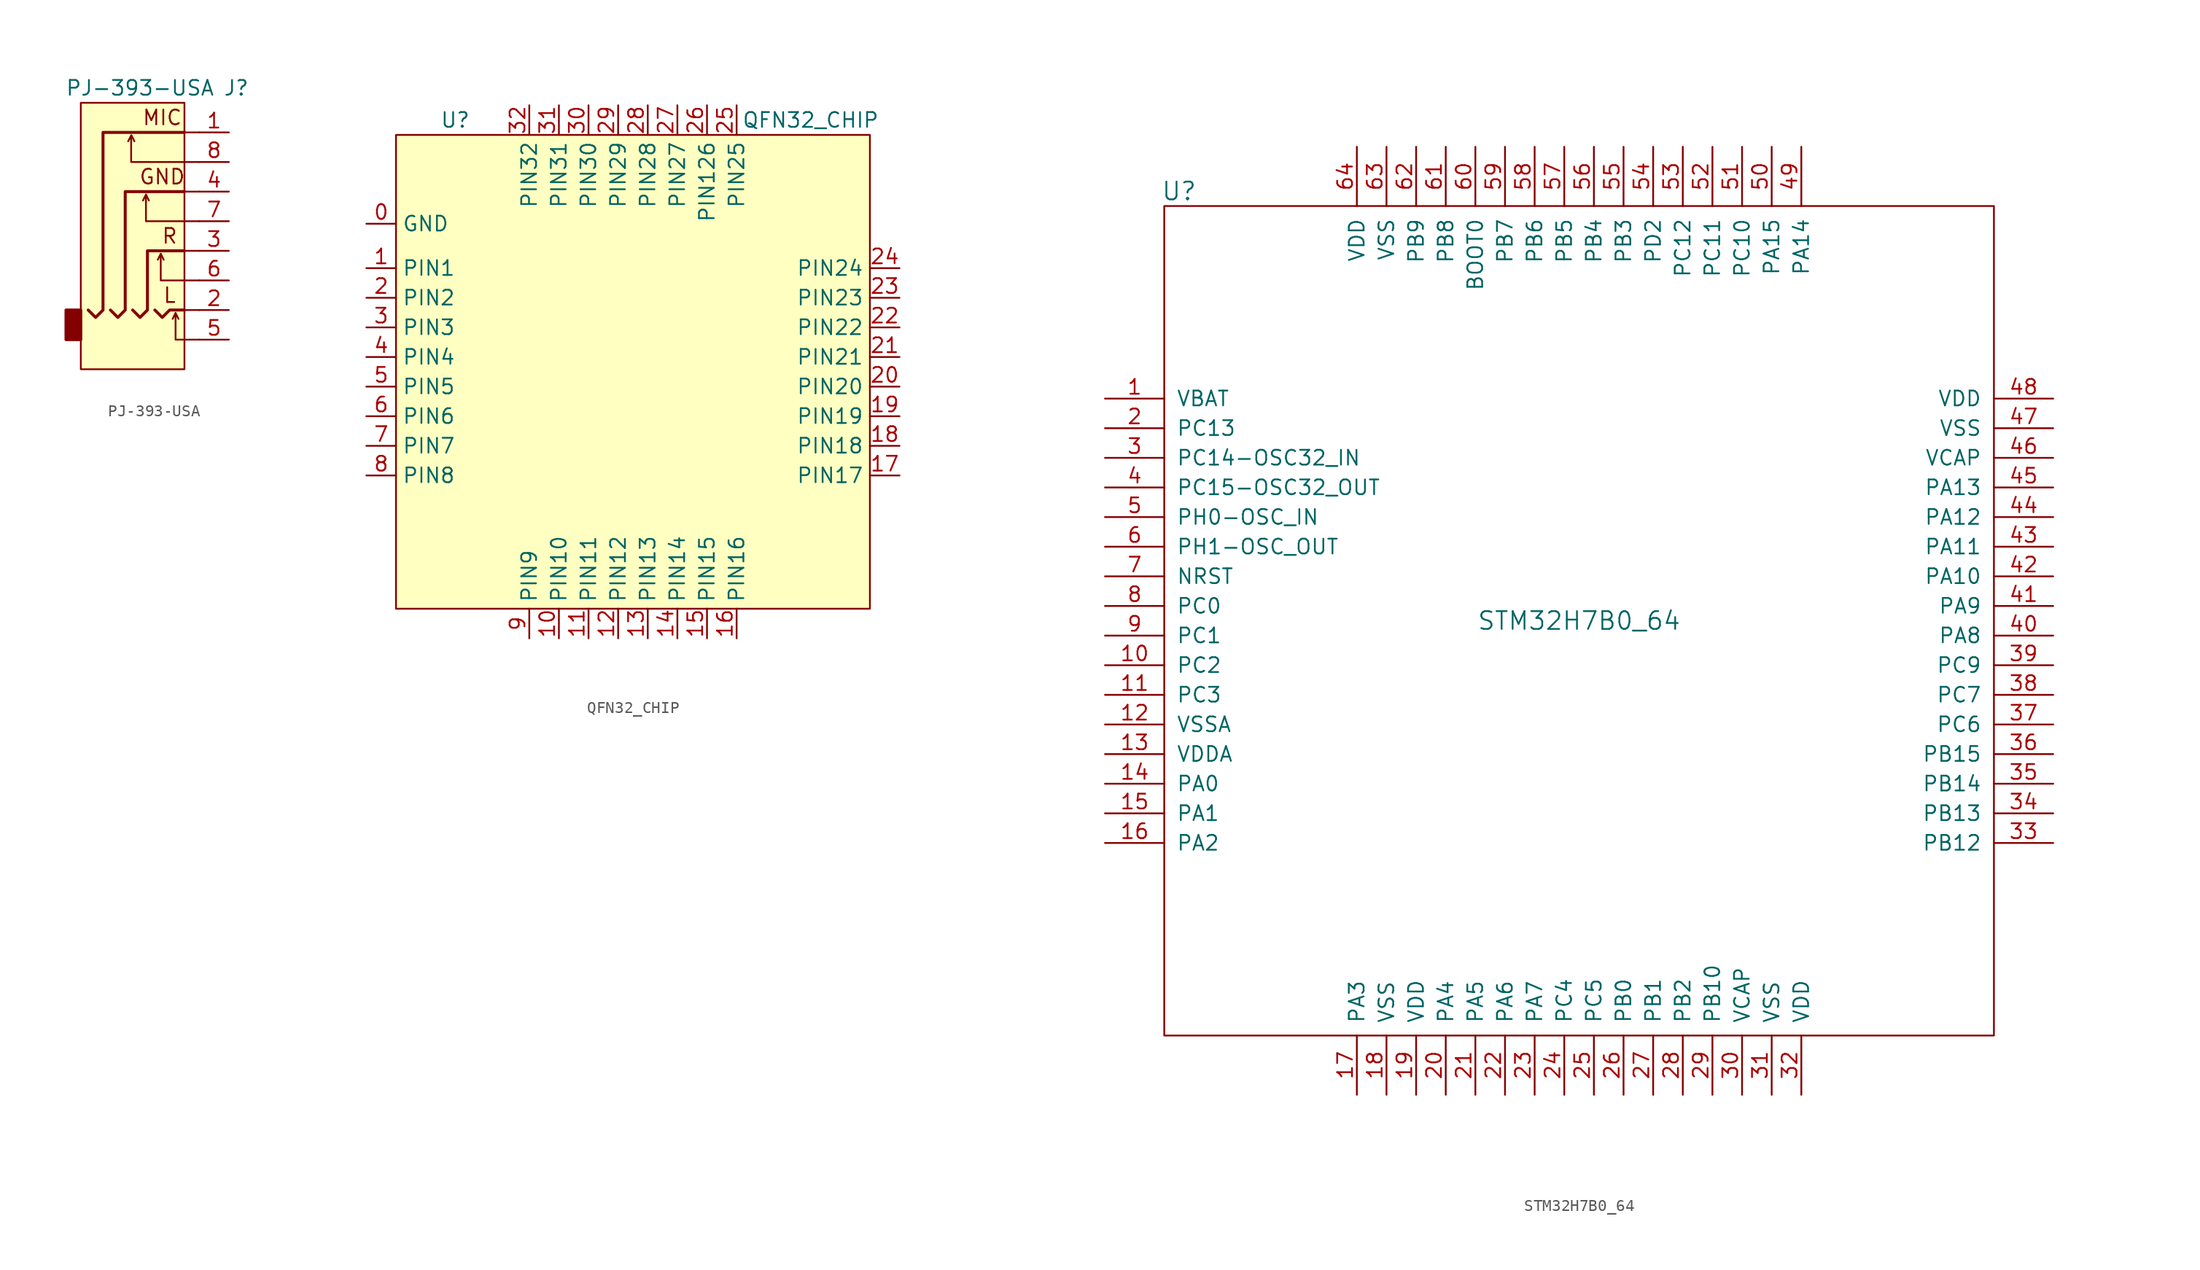
<source format=kicad_sym>
(kicad_symbol_lib
  (version 20211014)
  (generator kicad_symbol_editor)
  (symbol "PJ-393-USA"
    (property "Reference" "J"
      (at 8.255 12.7 0)
      (effects (font (size 1.27 1.27))))
    (property "Value" "PJ-393-USA"
      (at 0 12.7 0)
      (effects (font (size 1.27 1.27))))
    (symbol "PJ-393-USA_0_0"
      (text "GND" (at 1.905 5.08 0) (effects (font (size 1.27 1.27))))
      (text "L" (at 2.54 -5.08 0) (effects (font (size 1.27 1.27))))
      (text "MIC" (at 1.905 10.16 0) (effects (font (size 1.27 1.27))))
      (text "R" (at 2.54 0 0) (effects (font (size 1.27 1.27)))))
    (symbol "PJ-393-USA_0_1"
      (rectangle (start -5.08 -6.35) (end -6.35 -8.89) (stroke (width 0.254) (type default) (color 0 0 0 0)) (fill (type outline)))
      (polyline (pts (xy 3.81 -6.35) (xy 5.08 -6.35)) (stroke (width 0) (type default) (color 0 0 0 0)) (fill (type none)))
      (polyline (pts (xy 3.81 3.81) (xy 5.08 3.81)) (stroke (width 0) (type default) (color 0 0 0 0)) (fill (type none)))
      (polyline (pts (xy 5.08 -1.27) (xy 3.81 -1.27)) (stroke (width 0) (type default) (color 0 0 0 0)) (fill (type none)))
      (polyline (pts (xy 5.08 8.89) (xy 3.81 8.89)) (stroke (width 0) (type default) (color 0 0 0 0)) (fill (type none)))
      (polyline (pts (xy 3.81 3.81) (xy -1.27 3.81) (xy -1.27 -6.35) (xy -1.905 -6.985) (xy -2.54 -6.35)) (stroke (width 0.254) (type default) (color 0 0 0 0)) (fill (type none)))
      (polyline (pts (xy 3.81 8.89) (xy -3.175 8.89) (xy -3.175 -6.35) (xy -3.81 -6.985) (xy -4.445 -6.35)) (stroke (width 0.254) (type default) (color 0 0 0 0)) (fill (type none)))
      (rectangle (start 3.81 -11.43) (end -5.08 11.43) (stroke (width 0.152) (type default) (color 0 0 0 0)) (fill (type background))))
    (symbol "PJ-393-USA_1_1"
      (polyline (pts (xy -0.737 8.636) (xy -0.483 8.128)) (stroke (width 0) (type default) (color 0 0 0 0)) (fill (type none)))
      (polyline (pts (xy 0.508 3.556) (xy 0.762 3.048)) (stroke (width 0) (type default) (color 0 0 0 0)) (fill (type none)))
      (polyline (pts (xy 1.778 -1.524) (xy 2.032 -2.032)) (stroke (width 0) (type default) (color 0 0 0 0)) (fill (type none)))
      (polyline (pts (xy 3.048 -6.604) (xy 3.302 -7.112)) (stroke (width 0) (type default) (color 0 0 0 0)) (fill (type none)))
      (polyline (pts (xy 1.27 -6.35) (xy 1.905 -6.985) (xy 2.54 -6.35) (xy 3.81 -6.35)) (stroke (width 0.254) (type default) (color 0 0 0 0)) (fill (type none)))
      (polyline (pts (xy 5.08 -8.89) (xy 3.048 -8.89) (xy 3.048 -6.604) (xy 2.794 -7.112)) (stroke (width 0) (type default) (color 0 0 0 0)) (fill (type none)))
      (polyline (pts (xy 5.08 -3.81) (xy 1.778 -3.81) (xy 1.778 -1.524) (xy 1.524 -2.032)) (stroke (width 0) (type default) (color 0 0 0 0)) (fill (type none)))
      (polyline (pts (xy 5.08 1.27) (xy 0.508 1.27) (xy 0.508 3.556) (xy 0.254 3.048)) (stroke (width 0) (type default) (color 0 0 0 0)) (fill (type none)))
      (polyline (pts (xy 5.08 6.35) (xy -0.762 6.35) (xy -0.762 8.636) (xy -1.016 8.128)) (stroke (width 0) (type default) (color 0 0 0 0)) (fill (type none)))
      (polyline (pts (xy -0.635 -6.35) (xy 0 -6.985) (xy 0.635 -6.35) (xy 0.635 -1.27) (xy 3.81 -1.27)) (stroke (width 0.254) (type default) (color 0 0 0 0)) (fill (type none)))
      (pin passive line (at 7.62 8.89 180) (length 2.54) (name "~" (effects (font (size 1.27 1.27)))) (number "1" (effects (font (size 1.27 1.27)))))
      (pin passive line (at 7.62 -6.35 180) (length 2.54) (name "~" (effects (font (size 1.27 1.27)))) (number "2" (effects (font (size 1.27 1.27)))))
      (pin passive line (at 7.62 -1.27 180) (length 2.54) (name "~" (effects (font (size 1.27 1.27)))) (number "3" (effects (font (size 1.27 1.27)))))
      (pin passive line (at 7.62 3.81 180) (length 2.54) (name "~" (effects (font (size 1.27 1.27)))) (number "4" (effects (font (size 1.27 1.27)))))
      (pin passive line (at 7.62 -8.89 180) (length 2.54) (name "~" (effects (font (size 1.27 1.27)))) (number "5" (effects (font (size 1.27 1.27)))))
      (pin passive line (at 7.62 -3.81 180) (length 2.54) (name "~" (effects (font (size 1.27 1.27)))) (number "6" (effects (font (size 1.27 1.27)))))
      (pin passive line (at 7.62 1.27 180) (length 2.54) (name "~" (effects (font (size 1.27 1.27)))) (number "7" (effects (font (size 1.27 1.27)))))
      (pin passive line (at 7.62 6.35 180) (length 2.54) (name "~" (effects (font (size 1.27 1.27)))) (number "8" (effects (font (size 1.27 1.27)))))))
  (symbol "QFN32_CHIP"
    (property "Reference" "U"
      (at -15.24 21.59 0)
      (effects (font (size 1.27 1.27))))
    (property "Value" "QFN32_CHIP"
      (at 15.24 21.59 0)
      (effects (font (size 1.27 1.27))))
    (symbol "QFN32_CHIP_0_1"
      (rectangle (start -20.32 20.32) (end 20.32 -20.32) (stroke (width 0.152) (type default) (color 0 0 0 0)) (fill (type background))))
    (symbol "QFN32_CHIP_1_1"
      (pin input line (at -22.86 12.7 0) (length 2.54) (name "GND" (effects (font (size 1.27 1.27)))) (number "0" (effects (font (size 1.27 1.27)))))
      (pin input line (at -22.86 8.89 0) (length 2.54) (name "PIN1" (effects (font (size 1.27 1.27)))) (number "1" (effects (font (size 1.27 1.27)))))
      (pin input line (at -6.35 -22.86 90) (length 2.54) (name "PIN10" (effects (font (size 1.27 1.27)))) (number "10" (effects (font (size 1.27 1.27)))))
      (pin input line (at -3.81 -22.86 90) (length 2.54) (name "PIN11" (effects (font (size 1.27 1.27)))) (number "11" (effects (font (size 1.27 1.27)))))
      (pin input line (at -1.27 -22.86 90) (length 2.54) (name "PIN12" (effects (font (size 1.27 1.27)))) (number "12" (effects (font (size 1.27 1.27)))))
      (pin input line (at 1.27 -22.86 90) (length 2.54) (name "PIN13" (effects (font (size 1.27 1.27)))) (number "13" (effects (font (size 1.27 1.27)))))
      (pin input line (at 3.81 -22.86 90) (length 2.54) (name "PIN14" (effects (font (size 1.27 1.27)))) (number "14" (effects (font (size 1.27 1.27)))))
      (pin input line (at 6.35 -22.86 90) (length 2.54) (name "PIN15" (effects (font (size 1.27 1.27)))) (number "15" (effects (font (size 1.27 1.27)))))
      (pin input line (at 8.89 -22.86 90) (length 2.54) (name "PIN16" (effects (font (size 1.27 1.27)))) (number "16" (effects (font (size 1.27 1.27)))))
      (pin input line (at 22.86 -8.89 180) (length 2.54) (name "PIN17" (effects (font (size 1.27 1.27)))) (number "17" (effects (font (size 1.27 1.27)))))
      (pin input line (at 22.86 -6.35 180) (length 2.54) (name "PIN18" (effects (font (size 1.27 1.27)))) (number "18" (effects (font (size 1.27 1.27)))))
      (pin input line (at 22.86 -3.81 180) (length 2.54) (name "PIN19" (effects (font (size 1.27 1.27)))) (number "19" (effects (font (size 1.27 1.27)))))
      (pin input line (at -22.86 6.35 0) (length 2.54) (name "PIN2" (effects (font (size 1.27 1.27)))) (number "2" (effects (font (size 1.27 1.27)))))
      (pin input line (at 22.86 -1.27 180) (length 2.54) (name "PIN20" (effects (font (size 1.27 1.27)))) (number "20" (effects (font (size 1.27 1.27)))))
      (pin input line (at 22.86 1.27 180) (length 2.54) (name "PIN21" (effects (font (size 1.27 1.27)))) (number "21" (effects (font (size 1.27 1.27)))))
      (pin input line (at 22.86 3.81 180) (length 2.54) (name "PIN22" (effects (font (size 1.27 1.27)))) (number "22" (effects (font (size 1.27 1.27)))))
      (pin input line (at 22.86 6.35 180) (length 2.54) (name "PIN23" (effects (font (size 1.27 1.27)))) (number "23" (effects (font (size 1.27 1.27)))))
      (pin input line (at 22.86 8.89 180) (length 2.54) (name "PIN24" (effects (font (size 1.27 1.27)))) (number "24" (effects (font (size 1.27 1.27)))))
      (pin input line (at 8.89 22.86 270) (length 2.54) (name "PIN25" (effects (font (size 1.27 1.27)))) (number "25" (effects (font (size 1.27 1.27)))))
      (pin input line (at 6.35 22.86 270) (length 2.54) (name "PIN126" (effects (font (size 1.27 1.27)))) (number "26" (effects (font (size 1.27 1.27)))))
      (pin input line (at 3.81 22.86 270) (length 2.54) (name "PIN27" (effects (font (size 1.27 1.27)))) (number "27" (effects (font (size 1.27 1.27)))))
      (pin input line (at 1.27 22.86 270) (length 2.54) (name "PIN28" (effects (font (size 1.27 1.27)))) (number "28" (effects (font (size 1.27 1.27)))))
      (pin input line (at -1.27 22.86 270) (length 2.54) (name "PIN29" (effects (font (size 1.27 1.27)))) (number "29" (effects (font (size 1.27 1.27)))))
      (pin input line (at -22.86 3.81 0) (length 2.54) (name "PIN3" (effects (font (size 1.27 1.27)))) (number "3" (effects (font (size 1.27 1.27)))))
      (pin input line (at -3.81 22.86 270) (length 2.54) (name "PIN30" (effects (font (size 1.27 1.27)))) (number "30" (effects (font (size 1.27 1.27)))))
      (pin input line (at -6.35 22.86 270) (length 2.54) (name "PIN31" (effects (font (size 1.27 1.27)))) (number "31" (effects (font (size 1.27 1.27)))))
      (pin input line (at -8.89 22.86 270) (length 2.54) (name "PIN32" (effects (font (size 1.27 1.27)))) (number "32" (effects (font (size 1.27 1.27)))))
      (pin input line (at -22.86 1.27 0) (length 2.54) (name "PIN4" (effects (font (size 1.27 1.27)))) (number "4" (effects (font (size 1.27 1.27)))))
      (pin input line (at -22.86 -1.27 0) (length 2.54) (name "PIN5" (effects (font (size 1.27 1.27)))) (number "5" (effects (font (size 1.27 1.27)))))
      (pin input line (at -22.86 -3.81 0) (length 2.54) (name "PIN6" (effects (font (size 1.27 1.27)))) (number "6" (effects (font (size 1.27 1.27)))))
      (pin input line (at -22.86 -6.35 0) (length 2.54) (name "PIN7" (effects (font (size 1.27 1.27)))) (number "7" (effects (font (size 1.27 1.27)))))
      (pin input line (at -22.86 -8.89 0) (length 2.54) (name "PIN8" (effects (font (size 1.27 1.27)))) (number "8" (effects (font (size 1.27 1.27)))))
      (pin input line (at -8.89 -22.86 90) (length 2.54) (name "PIN9" (effects (font (size 1.27 1.27)))) (number "9" (effects (font (size 1.27 1.27)))))))
  (symbol "STM32H7B0_64"
    (pin_names
      (offset 1.016))
    (property "Reference" "U"
      (at -34.29 36.83 0)
      (effects (font (size 1.524 1.524))))
    (property "Value" "STM32H7B0_64"
      (at 0 0 0)
      (effects (font (size 1.524 1.524))))
    (symbol "STM32H7B0_64_0_1"
      (rectangle (start 35.56 35.56) (end -35.56 -35.56) (stroke (width 0) (type default) (color 0 0 0 0)) (fill (type none))))
    (symbol "STM32H7B0_64_1_1"
      (pin input line (at -40.64 19.05 0) (length 5.08) (name "VBAT" (effects (font (size 1.27 1.27)))) (number "1" (effects (font (size 1.27 1.27)))))
      (pin input line (at -40.64 -3.81 0) (length 5.08) (name "PC2" (effects (font (size 1.27 1.27)))) (number "10" (effects (font (size 1.27 1.27)))))
      (pin input line (at -40.64 -6.35 0) (length 5.08) (name "PC3" (effects (font (size 1.27 1.27)))) (number "11" (effects (font (size 1.27 1.27)))))
      (pin input line (at -40.64 -8.89 0) (length 5.08) (name "VSSA" (effects (font (size 1.27 1.27)))) (number "12" (effects (font (size 1.27 1.27)))))
      (pin input line (at -40.64 -11.43 0) (length 5.08) (name "VDDA" (effects (font (size 1.27 1.27)))) (number "13" (effects (font (size 1.27 1.27)))))
      (pin input line (at -40.64 -13.97 0) (length 5.08) (name "PA0" (effects (font (size 1.27 1.27)))) (number "14" (effects (font (size 1.27 1.27)))))
      (pin input line (at -40.64 -16.51 0) (length 5.08) (name "PA1" (effects (font (size 1.27 1.27)))) (number "15" (effects (font (size 1.27 1.27)))))
      (pin input line (at -40.64 -19.05 0) (length 5.08) (name "PA2" (effects (font (size 1.27 1.27)))) (number "16" (effects (font (size 1.27 1.27)))))
      (pin input line (at -19.05 -40.64 90) (length 5.08) (name "PA3" (effects (font (size 1.27 1.27)))) (number "17" (effects (font (size 1.27 1.27)))))
      (pin input line (at -16.51 -40.64 90) (length 5.08) (name "VSS" (effects (font (size 1.27 1.27)))) (number "18" (effects (font (size 1.27 1.27)))))
      (pin input line (at -13.97 -40.64 90) (length 5.08) (name "VDD" (effects (font (size 1.27 1.27)))) (number "19" (effects (font (size 1.27 1.27)))))
      (pin input line (at -40.64 16.51 0) (length 5.08) (name "PC13" (effects (font (size 1.27 1.27)))) (number "2" (effects (font (size 1.27 1.27)))))
      (pin input line (at -11.43 -40.64 90) (length 5.08) (name "PA4" (effects (font (size 1.27 1.27)))) (number "20" (effects (font (size 1.27 1.27)))))
      (pin input line (at -8.89 -40.64 90) (length 5.08) (name "PA5" (effects (font (size 1.27 1.27)))) (number "21" (effects (font (size 1.27 1.27)))))
      (pin input line (at -6.35 -40.64 90) (length 5.08) (name "PA6" (effects (font (size 1.27 1.27)))) (number "22" (effects (font (size 1.27 1.27)))))
      (pin input line (at -3.81 -40.64 90) (length 5.08) (name "PA7" (effects (font (size 1.27 1.27)))) (number "23" (effects (font (size 1.27 1.27)))))
      (pin input line (at -1.27 -40.64 90) (length 5.08) (name "PC4" (effects (font (size 1.27 1.27)))) (number "24" (effects (font (size 1.27 1.27)))))
      (pin input line (at 1.27 -40.64 90) (length 5.08) (name "PC5" (effects (font (size 1.27 1.27)))) (number "25" (effects (font (size 1.27 1.27)))))
      (pin input line (at 3.81 -40.64 90) (length 5.08) (name "PB0" (effects (font (size 1.27 1.27)))) (number "26" (effects (font (size 1.27 1.27)))))
      (pin input line (at 6.35 -40.64 90) (length 5.08) (name "PB1" (effects (font (size 1.27 1.27)))) (number "27" (effects (font (size 1.27 1.27)))))
      (pin input line (at 8.89 -40.64 90) (length 5.08) (name "PB2" (effects (font (size 1.27 1.27)))) (number "28" (effects (font (size 1.27 1.27)))))
      (pin input line (at 11.43 -40.64 90) (length 5.08) (name "PB10" (effects (font (size 1.27 1.27)))) (number "29" (effects (font (size 1.27 1.27)))))
      (pin input line (at -40.64 13.97 0) (length 5.08) (name "PC14-OSC32_IN" (effects (font (size 1.27 1.27)))) (number "3" (effects (font (size 1.27 1.27)))))
      (pin input line (at 13.97 -40.64 90) (length 5.08) (name "VCAP" (effects (font (size 1.27 1.27)))) (number "30" (effects (font (size 1.27 1.27)))))
      (pin input line (at 16.51 -40.64 90) (length 5.08) (name "VSS" (effects (font (size 1.27 1.27)))) (number "31" (effects (font (size 1.27 1.27)))))
      (pin input line (at 19.05 -40.64 90) (length 5.08) (name "VDD" (effects (font (size 1.27 1.27)))) (number "32" (effects (font (size 1.27 1.27)))))
      (pin input line (at 40.64 -19.05 180) (length 5.08) (name "PB12" (effects (font (size 1.27 1.27)))) (number "33" (effects (font (size 1.27 1.27)))))
      (pin input line (at 40.64 -16.51 180) (length 5.08) (name "PB13" (effects (font (size 1.27 1.27)))) (number "34" (effects (font (size 1.27 1.27)))))
      (pin input line (at 40.64 -13.97 180) (length 5.08) (name "PB14" (effects (font (size 1.27 1.27)))) (number "35" (effects (font (size 1.27 1.27)))))
      (pin input line (at 40.64 -11.43 180) (length 5.08) (name "PB15" (effects (font (size 1.27 1.27)))) (number "36" (effects (font (size 1.27 1.27)))))
      (pin input line (at 40.64 -8.89 180) (length 5.08) (name "PC6" (effects (font (size 1.27 1.27)))) (number "37" (effects (font (size 1.27 1.27)))))
      (pin input line (at 40.64 -6.35 180) (length 5.08) (name "PC7" (effects (font (size 1.27 1.27)))) (number "38" (effects (font (size 1.27 1.27)))))
      (pin input line (at 40.64 -3.81 180) (length 5.08) (name "PC9" (effects (font (size 1.27 1.27)))) (number "39" (effects (font (size 1.27 1.27)))))
      (pin input line (at -40.64 11.43 0) (length 5.08) (name "PC15-OSC32_OUT" (effects (font (size 1.27 1.27)))) (number "4" (effects (font (size 1.27 1.27)))))
      (pin input line (at 40.64 -1.27 180) (length 5.08) (name "PA8" (effects (font (size 1.27 1.27)))) (number "40" (effects (font (size 1.27 1.27)))))
      (pin input line (at 40.64 1.27 180) (length 5.08) (name "PA9" (effects (font (size 1.27 1.27)))) (number "41" (effects (font (size 1.27 1.27)))))
      (pin input line (at 40.64 3.81 180) (length 5.08) (name "PA10" (effects (font (size 1.27 1.27)))) (number "42" (effects (font (size 1.27 1.27)))))
      (pin input line (at 40.64 6.35 180) (length 5.08) (name "PA11" (effects (font (size 1.27 1.27)))) (number "43" (effects (font (size 1.27 1.27)))))
      (pin input line (at 40.64 8.89 180) (length 5.08) (name "PA12" (effects (font (size 1.27 1.27)))) (number "44" (effects (font (size 1.27 1.27)))))
      (pin input line (at 40.64 11.43 180) (length 5.08) (name "PA13" (effects (font (size 1.27 1.27)))) (number "45" (effects (font (size 1.27 1.27)))))
      (pin input line (at 40.64 13.97 180) (length 5.08) (name "VCAP" (effects (font (size 1.27 1.27)))) (number "46" (effects (font (size 1.27 1.27)))))
      (pin input line (at 40.64 16.51 180) (length 5.08) (name "VSS" (effects (font (size 1.27 1.27)))) (number "47" (effects (font (size 1.27 1.27)))))
      (pin input line (at 40.64 19.05 180) (length 5.08) (name "VDD" (effects (font (size 1.27 1.27)))) (number "48" (effects (font (size 1.27 1.27)))))
      (pin input line (at 19.05 40.64 270) (length 5.08) (name "PA14" (effects (font (size 1.27 1.27)))) (number "49" (effects (font (size 1.27 1.27)))))
      (pin input line (at -40.64 8.89 0) (length 5.08) (name "PH0-OSC_IN" (effects (font (size 1.27 1.27)))) (number "5" (effects (font (size 1.27 1.27)))))
      (pin input line (at 16.51 40.64 270) (length 5.08) (name "PA15" (effects (font (size 1.27 1.27)))) (number "50" (effects (font (size 1.27 1.27)))))
      (pin input line (at 13.97 40.64 270) (length 5.08) (name "PC10" (effects (font (size 1.27 1.27)))) (number "51" (effects (font (size 1.27 1.27)))))
      (pin input line (at 11.43 40.64 270) (length 5.08) (name "PC11" (effects (font (size 1.27 1.27)))) (number "52" (effects (font (size 1.27 1.27)))))
      (pin input line (at 8.89 40.64 270) (length 5.08) (name "PC12" (effects (font (size 1.27 1.27)))) (number "53" (effects (font (size 1.27 1.27)))))
      (pin input line (at 6.35 40.64 270) (length 5.08) (name "PD2" (effects (font (size 1.27 1.27)))) (number "54" (effects (font (size 1.27 1.27)))))
      (pin input line (at 3.81 40.64 270) (length 5.08) (name "PB3" (effects (font (size 1.27 1.27)))) (number "55" (effects (font (size 1.27 1.27)))))
      (pin input line (at 1.27 40.64 270) (length 5.08) (name "PB4" (effects (font (size 1.27 1.27)))) (number "56" (effects (font (size 1.27 1.27)))))
      (pin input line (at -1.27 40.64 270) (length 5.08) (name "PB5" (effects (font (size 1.27 1.27)))) (number "57" (effects (font (size 1.27 1.27)))))
      (pin input line (at -3.81 40.64 270) (length 5.08) (name "PB6" (effects (font (size 1.27 1.27)))) (number "58" (effects (font (size 1.27 1.27)))))
      (pin input line (at -6.35 40.64 270) (length 5.08) (name "PB7" (effects (font (size 1.27 1.27)))) (number "59" (effects (font (size 1.27 1.27)))))
      (pin input line (at -40.64 6.35 0) (length 5.08) (name "PH1-OSC_OUT" (effects (font (size 1.27 1.27)))) (number "6" (effects (font (size 1.27 1.27)))))
      (pin input line (at -8.89 40.64 270) (length 5.08) (name "BOOT0" (effects (font (size 1.27 1.27)))) (number "60" (effects (font (size 1.27 1.27)))))
      (pin input line (at -11.43 40.64 270) (length 5.08) (name "PB8" (effects (font (size 1.27 1.27)))) (number "61" (effects (font (size 1.27 1.27)))))
      (pin input line (at -13.97 40.64 270) (length 5.08) (name "PB9" (effects (font (size 1.27 1.27)))) (number "62" (effects (font (size 1.27 1.27)))))
      (pin input line (at -16.51 40.64 270) (length 5.08) (name "VSS" (effects (font (size 1.27 1.27)))) (number "63" (effects (font (size 1.27 1.27)))))
      (pin input line (at -19.05 40.64 270) (length 5.08) (name "VDD" (effects (font (size 1.27 1.27)))) (number "64" (effects (font (size 1.27 1.27)))))
      (pin input line (at -40.64 3.81 0) (length 5.08) (name "NRST" (effects (font (size 1.27 1.27)))) (number "7" (effects (font (size 1.27 1.27)))))
      (pin input line (at -40.64 1.27 0) (length 5.08) (name "PC0" (effects (font (size 1.27 1.27)))) (number "8" (effects (font (size 1.27 1.27)))))
      (pin input line (at -40.64 -1.27 0) (length 5.08) (name "PC1" (effects (font (size 1.27 1.27)))) (number "9" (effects (font (size 1.27 1.27))))))))
</source>
